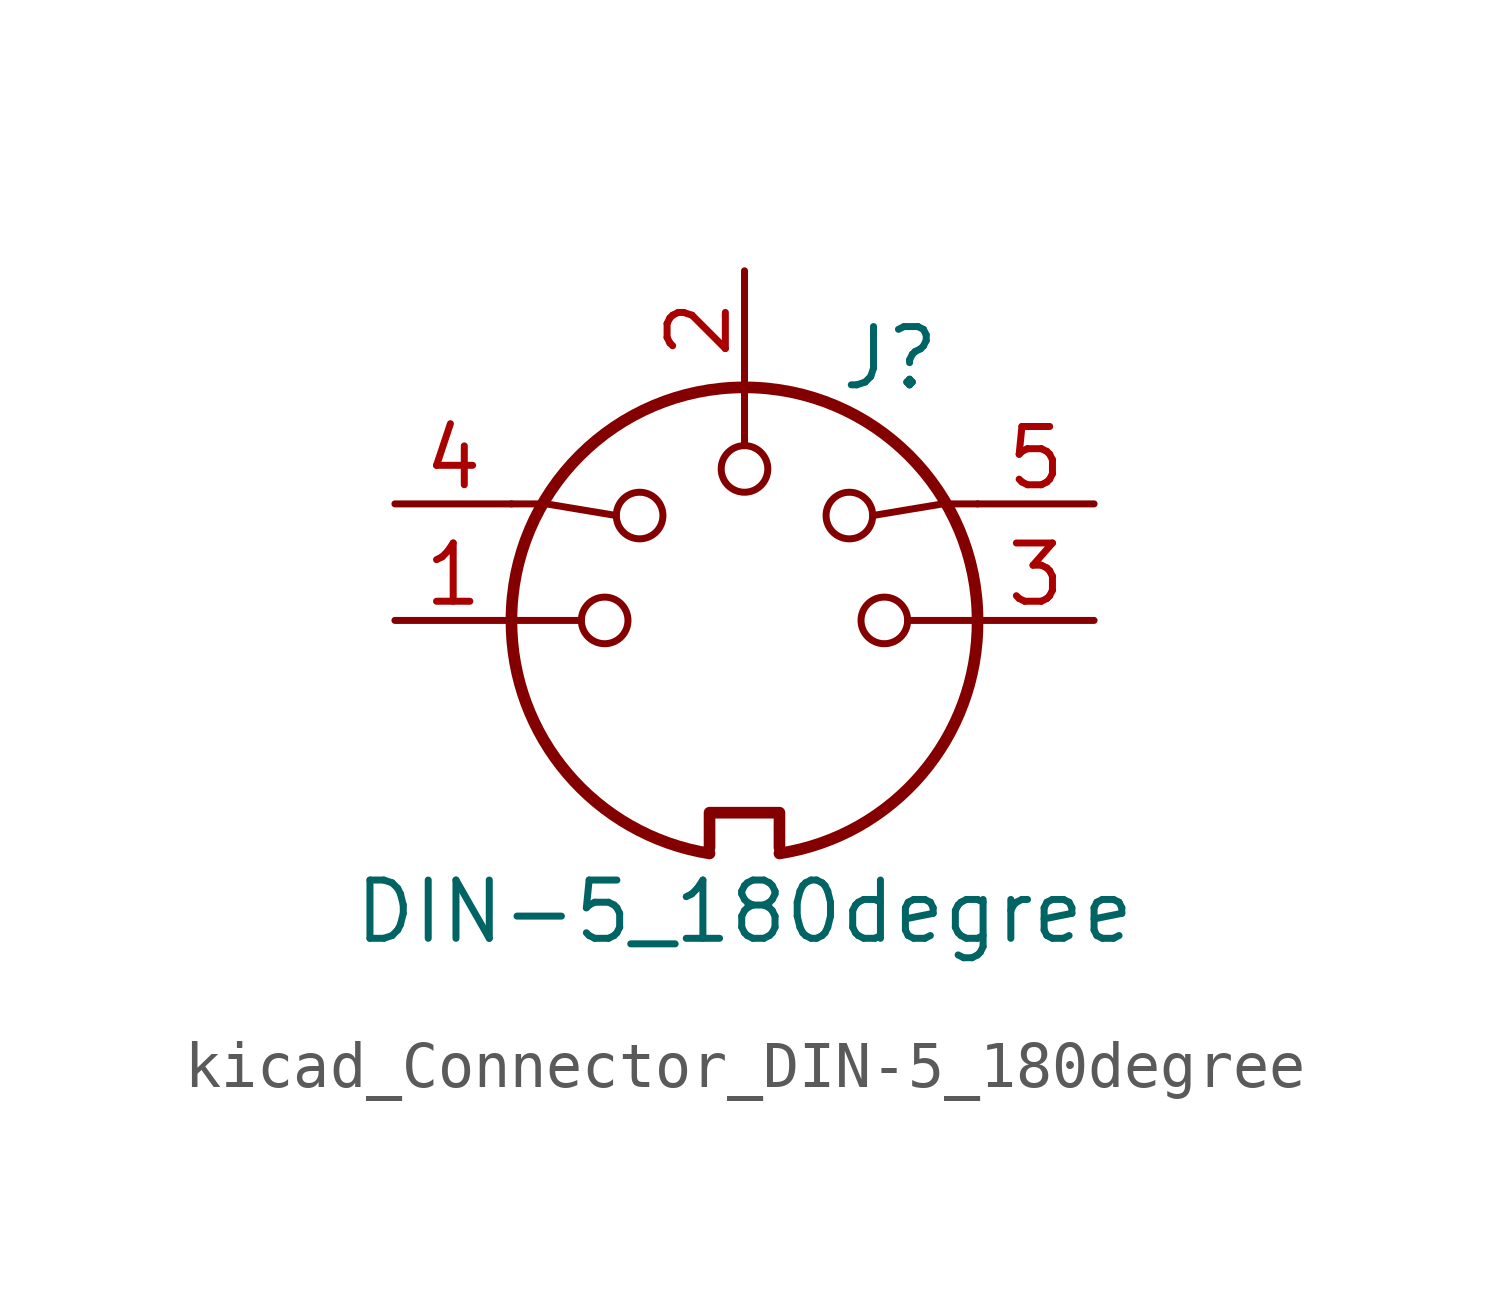
<source format=kicad_sym>
(kicad_symbol_lib
  (version 20220914)
  (generator kicad_symbol_editor)
  (symbol "kicad_Connector_DIN-5_180degree"
    (pin_names
      (offset 1.016))
    (property "Reference" "J"
      (at 3.175 5.715 0)
      (effects (font (size 1.27 1.27))))
    (property "Value" "DIN-5_180degree"
      (at 0 -6.35 0)
      (effects (font (size 1.27 1.27))))
    (symbol "kicad_Connector_DIN-5_180degree_0_1"
      (arc (start -5.08 0) (mid -3.8609 -3.3364) (end -0.762 -5.08) (stroke (width 0.254) (type default)) (fill (type none)))
      (circle (center -3.048 0) (radius 0.508) (stroke (width 0) (type default)) (fill (type none)))
      (circle (center -2.286 2.286) (radius 0.508) (stroke (width 0) (type default)) (fill (type none)))
      (polyline (pts (xy -5.08 0) (xy -3.556 0)) (stroke (width 0) (type default)) (fill (type none)))
      (polyline (pts (xy 0 5.08) (xy 0 3.81)) (stroke (width 0) (type default)) (fill (type none)))
      (polyline (pts (xy 5.08 0) (xy 3.556 0)) (stroke (width 0) (type default)) (fill (type none)))
      (polyline (pts (xy -5.08 2.54) (xy -4.318 2.54) (xy -2.794 2.286)) (stroke (width 0) (type default)) (fill (type none)))
      (polyline (pts (xy 5.08 2.54) (xy 4.318 2.54) (xy 2.794 2.286)) (stroke (width 0) (type default)) (fill (type none)))
      (polyline (pts (xy -0.762 -4.953) (xy -0.762 -4.191) (xy 0.762 -4.191) (xy 0.762 -4.953)) (stroke (width 0.254) (type default)) (fill (type none)))
      (circle (center 0 3.302) (radius 0.508) (stroke (width 0) (type default)) (fill (type none)))
      (arc (start 0.762 -5.08) (mid 3.8685 -3.343) (end 5.08 0) (stroke (width 0.254) (type default)) (fill (type none)))
      (circle (center 2.286 2.286) (radius 0.508) (stroke (width 0) (type default)) (fill (type none)))
      (circle (center 3.048 0) (radius 0.508) (stroke (width 0) (type default)) (fill (type none)))
      (arc (start 5.08 0) (mid 0 5.0579) (end -5.08 0) (stroke (width 0.254) (type default)) (fill (type none))))
    (symbol "kicad_Connector_DIN-5_180degree_1_1"
      (pin passive line (at -7.62 0 0) (length 2.54) (name "~" (effects (font (size 1.27 1.27)))) (number "1" (effects (font (size 1.27 1.27)))))
      (pin passive line (at 0 7.62 270) (length 2.54) (name "~" (effects (font (size 1.27 1.27)))) (number "2" (effects (font (size 1.27 1.27)))))
      (pin passive line (at 7.62 0 180) (length 2.54) (name "~" (effects (font (size 1.27 1.27)))) (number "3" (effects (font (size 1.27 1.27)))))
      (pin passive line (at -7.62 2.54 0) (length 2.54) (name "~" (effects (font (size 1.27 1.27)))) (number "4" (effects (font (size 1.27 1.27)))))
      (pin passive line (at 7.62 2.54 180) (length 2.54) (name "~" (effects (font (size 1.27 1.27)))) (number "5" (effects (font (size 1.27 1.27))))))))
</source>
